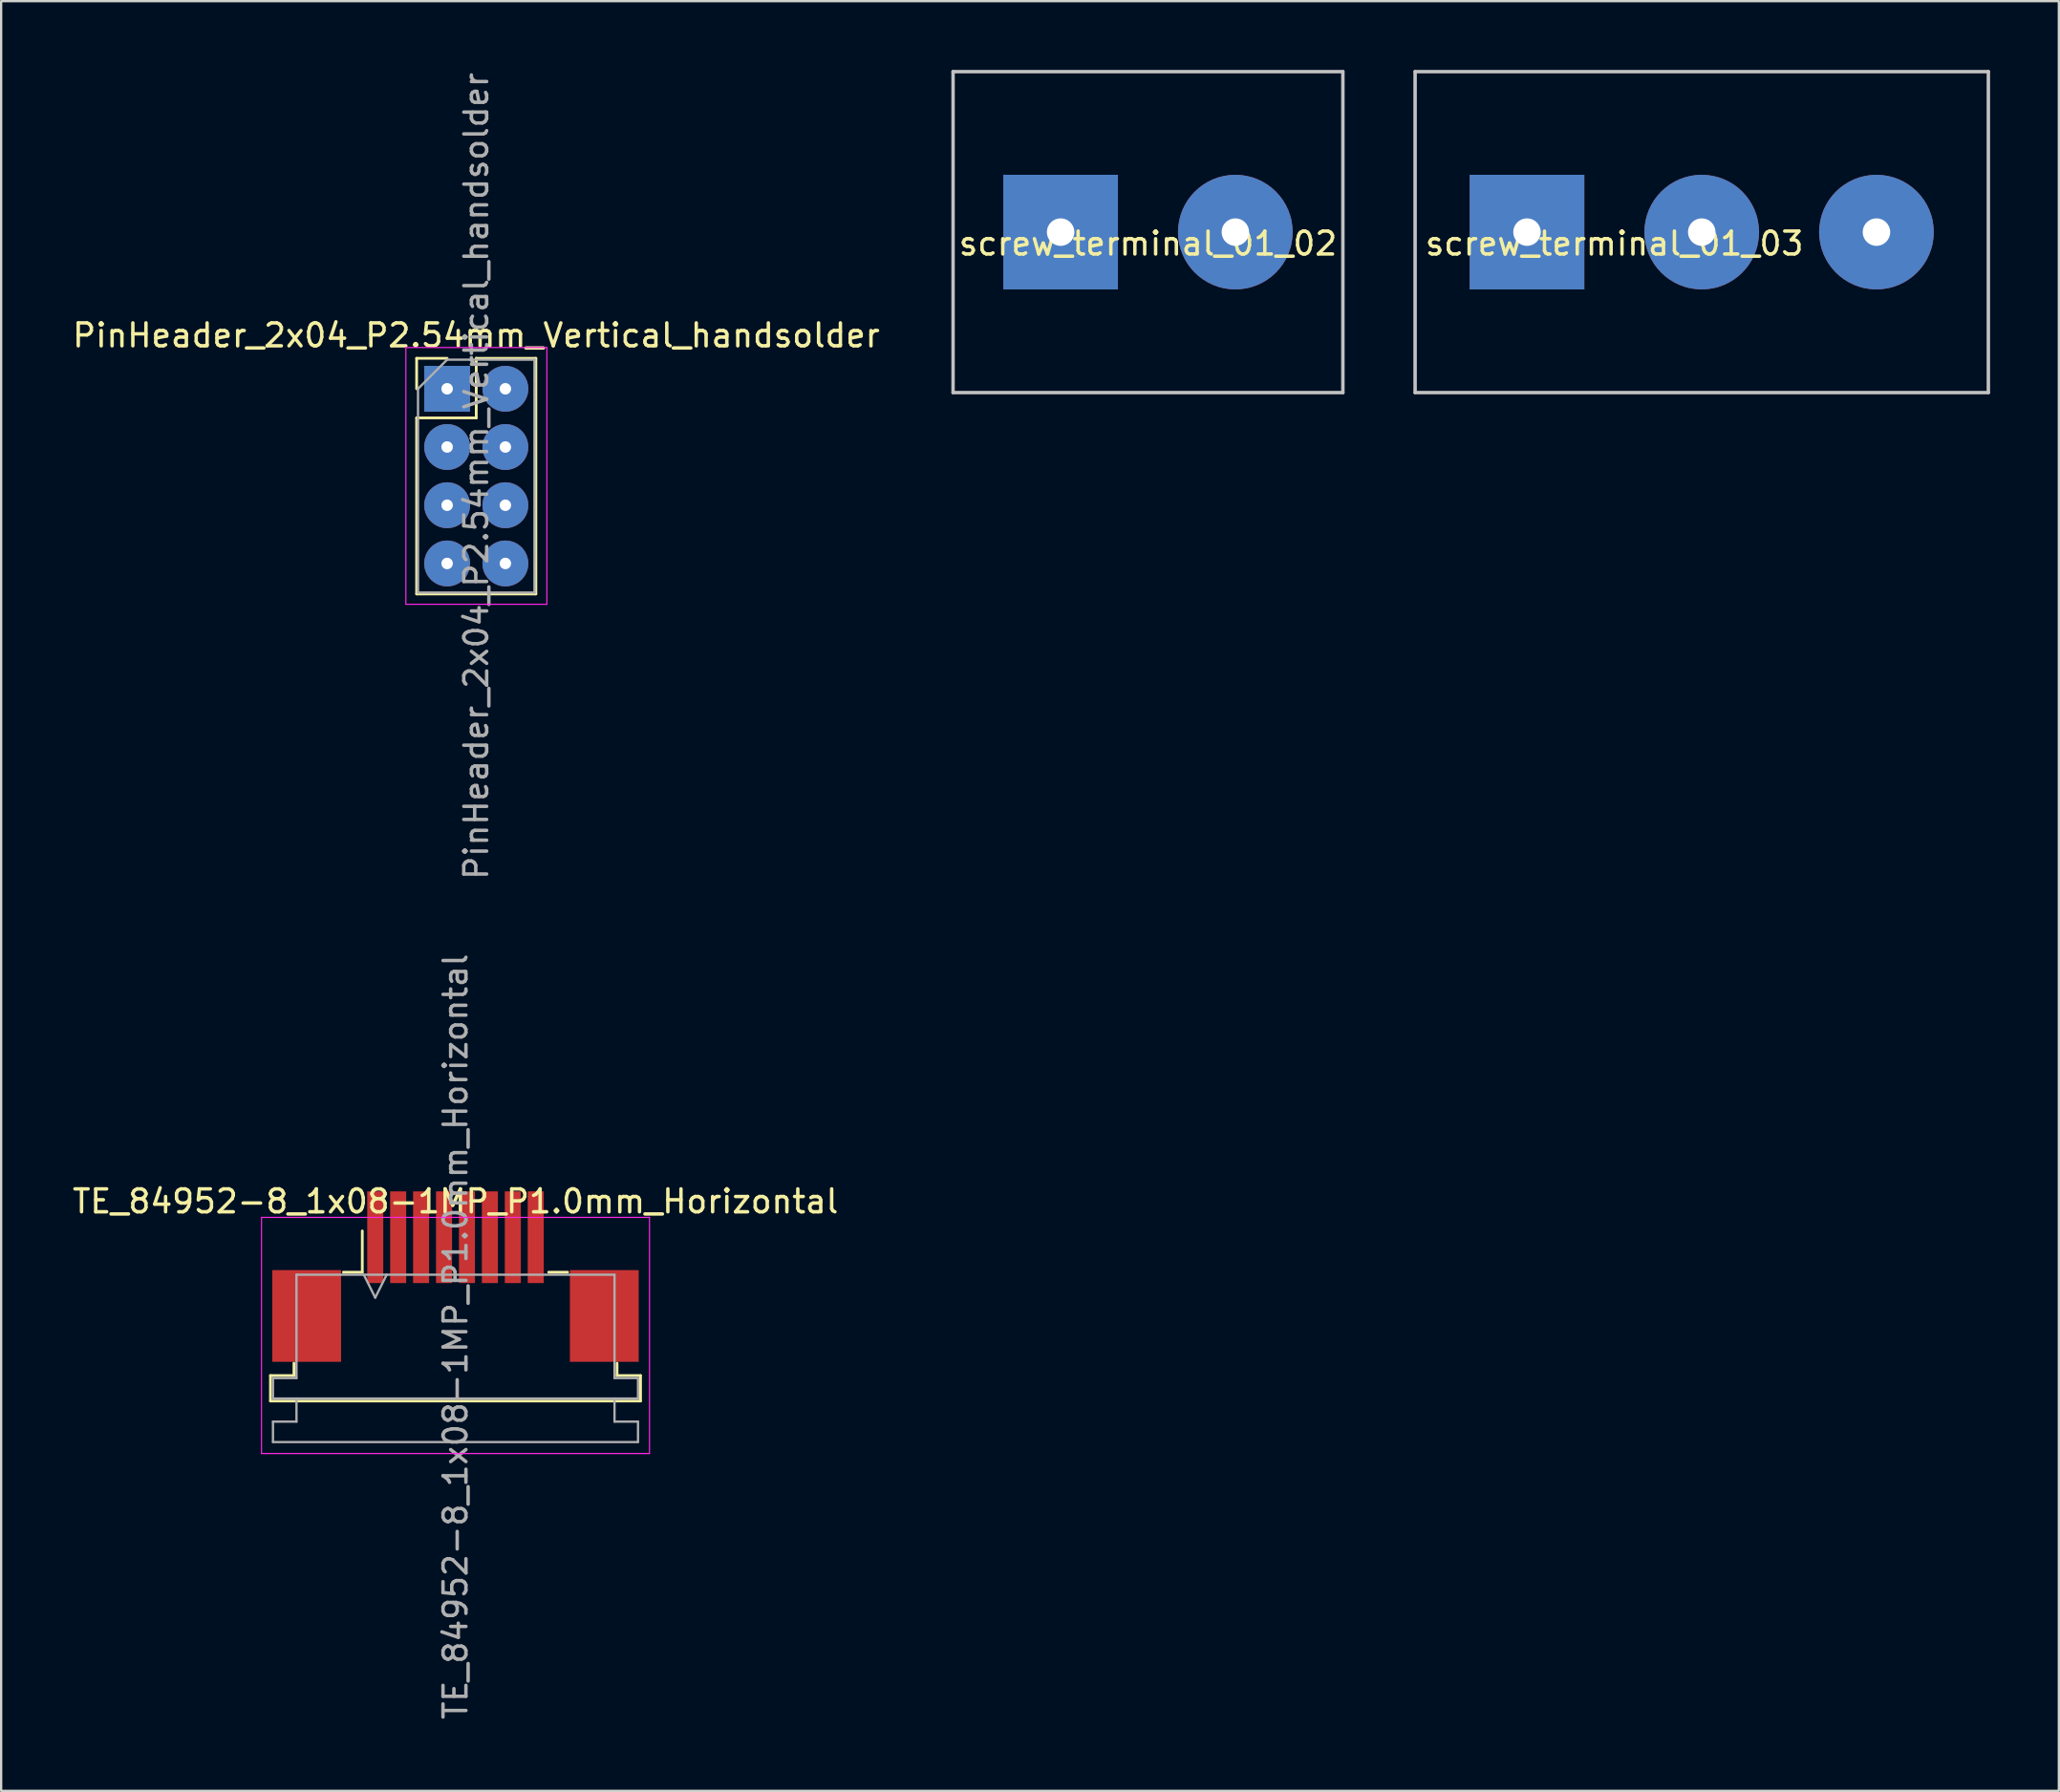
<source format=kicad_pcb>
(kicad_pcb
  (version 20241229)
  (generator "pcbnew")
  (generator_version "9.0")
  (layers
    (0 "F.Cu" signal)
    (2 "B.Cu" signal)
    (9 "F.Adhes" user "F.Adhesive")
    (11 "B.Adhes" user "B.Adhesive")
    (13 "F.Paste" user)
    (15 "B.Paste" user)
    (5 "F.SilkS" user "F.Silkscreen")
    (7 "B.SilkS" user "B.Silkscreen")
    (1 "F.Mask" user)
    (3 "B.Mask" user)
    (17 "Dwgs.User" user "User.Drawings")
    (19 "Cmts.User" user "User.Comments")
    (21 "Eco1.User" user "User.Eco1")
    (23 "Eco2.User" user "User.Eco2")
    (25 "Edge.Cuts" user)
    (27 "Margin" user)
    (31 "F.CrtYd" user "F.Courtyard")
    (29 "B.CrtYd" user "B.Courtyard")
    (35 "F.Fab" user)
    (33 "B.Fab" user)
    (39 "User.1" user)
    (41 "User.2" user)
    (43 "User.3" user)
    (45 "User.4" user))
  (footprint "TE_84952-8_1x08-1MP_P1.0mm_Horizontal"
    (layer "F.Cu")
    (at 16.815 53.356)
    (property "Reference" "TE_84952-8_1x08-1MP_P1.0mm_Horizontal" (at 0 -4 0) (layer "F.SilkS") (effects (font (size 1 1) (thickness 0.15))))
    (attr smd)
    (fp_line (start -8.07 3.6) (end -7.045 3.6) (stroke (width 0.12) (type solid)) (layer "F.SilkS"))
    (fp_line (start -8.07 4.71) (end -8.07 3.6) (stroke (width 0.12) (type solid)) (layer "F.SilkS"))
    (fp_line (start -7.045 3.6) (end -7.045 3.06) (stroke (width 0.12) (type solid)) (layer "F.SilkS"))
    (fp_line (start -4.89 -0.91) (end -4.065 -0.91) (stroke (width 0.12) (type solid)) (layer "F.SilkS"))
    (fp_line (start -4.065 -0.91) (end -4.065 -2.71) (stroke (width 0.12) (type solid)) (layer "F.SilkS"))
    (fp_line (start 4.065 -0.91) (end 4.89 -0.91) (stroke (width 0.12) (type solid)) (layer "F.SilkS"))
    (fp_line (start 7.045 3.06) (end 7.045 3.6) (stroke (width 0.12) (type solid)) (layer "F.SilkS"))
    (fp_line (start 7.045 3.6) (end 8.07 3.6) (stroke (width 0.12) (type solid)) (layer "F.SilkS"))
    (fp_line (start 8.07 3.6) (end 8.07 4.71) (stroke (width 0.12) (type solid)) (layer "F.SilkS"))
    (fp_line (start 8.07 4.71) (end -8.07 4.71) (stroke (width 0.12) (type solid)) (layer "F.SilkS"))
    (fp_line (start -8.46 -3.3) (end -8.46 7) (stroke (width 0.05) (type solid)) (layer "F.CrtYd"))
    (fp_line (start -8.46 7) (end 8.46 7) (stroke (width 0.05) (type solid)) (layer "F.CrtYd"))
    (fp_line (start 8.46 -3.3) (end -8.46 -3.3) (stroke (width 0.05) (type solid)) (layer "F.CrtYd"))
    (fp_line (start 8.46 7) (end 8.46 -3.3) (stroke (width 0.05) (type solid)) (layer "F.CrtYd"))
    (fp_line (start -7.96 3.71) (end -6.935 3.71) (stroke (width 0.1) (type solid)) (layer "F.Fab"))
    (fp_line (start -7.96 4.6) (end -7.96 3.71) (stroke (width 0.1) (type solid)) (layer "F.Fab"))
    (fp_line (start -7.96 5.61) (end -6.935 5.61) (stroke (width 0.1) (type solid)) (layer "F.Fab"))
    (fp_line (start -7.96 6.5) (end -7.96 5.61) (stroke (width 0.1) (type solid)) (layer "F.Fab"))
    (fp_line (start -6.935 -0.8) (end 6.935 -0.8) (stroke (width 0.1) (type solid)) (layer "F.Fab"))
    (fp_line (start -6.935 3.71) (end -6.935 -0.8) (stroke (width 0.1) (type solid)) (layer "F.Fab"))
    (fp_line (start -6.935 5.61) (end -6.935 4.6) (stroke (width 0.1) (type solid)) (layer "F.Fab"))
    (fp_line (start -4 -0.8) (end -3.5 0.2) (stroke (width 0.1) (type solid)) (layer "F.Fab"))
    (fp_line (start -3.5 0.2) (end -3 -0.8) (stroke (width 0.1) (type solid)) (layer "F.Fab"))
    (fp_line (start 6.935 -0.8) (end 6.935 3.71) (stroke (width 0.1) (type solid)) (layer "F.Fab"))
    (fp_line (start 6.935 3.71) (end 7.96 3.71) (stroke (width 0.1) (type solid)) (layer "F.Fab"))
    (fp_line (start 6.935 4.6) (end 6.935 5.61) (stroke (width 0.1) (type solid)) (layer "F.Fab"))
    (fp_line (start 6.935 5.61) (end 7.96 5.61) (stroke (width 0.1) (type solid)) (layer "F.Fab"))
    (fp_line (start 7.96 3.71) (end 7.96 4.6) (stroke (width 0.1) (type solid)) (layer "F.Fab"))
    (fp_line (start 7.96 4.6) (end -7.96 4.6) (stroke (width 0.1) (type solid)) (layer "F.Fab"))
    (fp_line (start 7.96 5.61) (end 7.96 6.5) (stroke (width 0.1) (type solid)) (layer "F.Fab"))
    (fp_line (start 7.96 6.5) (end -7.96 6.5) (stroke (width 0.1) (type solid)) (layer "F.Fab"))
    (fp_text user "${REFERENCE}" (at 0 1.9 270) (layer "F.Fab") (effects (font (size 1 1) (thickness 0.15))))
    (pad "1" smd rect (at -3.5 -2.435) (size 0.7 4) (layers "F.Cu" "F.Mask" "F.Paste"))
    (pad "2" smd rect (at -2.5 -2.435) (size 0.7 4) (layers "F.Cu" "F.Mask" "F.Paste"))
    (pad "3" smd rect (at -1.5 -2.435) (size 0.7 4) (layers "F.Cu" "F.Mask" "F.Paste"))
    (pad "4" smd rect (at -0.5 -2.435) (size 0.7 4) (layers "F.Cu" "F.Mask" "F.Paste"))
    (pad "5" smd rect (at 0.5 -2.435) (size 0.7 4) (layers "F.Cu" "F.Mask" "F.Paste"))
    (pad "6" smd rect (at 1.5 -2.435) (size 0.7 4) (layers "F.Cu" "F.Mask" "F.Paste"))
    (pad "7" smd rect (at 2.5 -2.435) (size 0.7 4) (layers "F.Cu" "F.Mask" "F.Paste"))
    (pad "8" smd rect (at 3.5 -2.435) (size 0.7 4) (layers "F.Cu" "F.Mask" "F.Paste"))
    (pad "MP" smd rect (at -6.49 1) (size 3 4) (layers "F.Cu" "F.Mask" "F.Paste"))
    (pad "MP" smd rect (at 6.49 1) (size 3 4) (layers "F.Cu" "F.Mask" "F.Paste")))
  (footprint "screw_terminal_01_02"
    (layer "F.Cu")
    (at 47.015 7.075)
    (property "Reference" "screw_terminal_01_02" (at 0 0.5 180) (layer "F.SilkS") (effects (font (size 1 1) (thickness 0.15))))
    (attr through_hole)
    (fp_line (start -8.5 -7) (end -8.5 7) (stroke (width 0.15) (type solid)) (layer "Dwgs.User"))
    (fp_line (start -8.5 7) (end 8.5 7) (stroke (width 0.15) (type solid)) (layer "Dwgs.User"))
    (fp_line (start 8.5 -7) (end -8.5 -7) (stroke (width 0.15) (type solid)) (layer "Dwgs.User"))
    (fp_line (start 8.5 7) (end 8.5 -7) (stroke (width 0.15) (type solid)) (layer "Dwgs.User"))
    (pad "1" thru_hole trapezoid (at -3.81 0) (size 5 5) (drill 1.2) (layers "*.Cu" "*.Mask"))
    (pad "2" thru_hole circle (at 3.81 0) (size 5 5) (drill 1.2) (layers "*.Cu" "*.Mask")))
  (footprint "screw_terminal_01_03"
    (layer "F.Cu")
    (at 71.165 7.075)
    (property "Reference" "screw_terminal_01_03" (at -3.81 0.5 0) (layer "F.SilkS") (effects (font (size 1 1) (thickness 0.15))))
    (attr through_hole)
    (fp_line (start -12.5 -7) (end -12.5 7) (stroke (width 0.15) (type solid)) (layer "Dwgs.User"))
    (fp_line (start -12.5 7) (end 12.5 7) (stroke (width 0.15) (type solid)) (layer "Dwgs.User"))
    (fp_line (start 12.5 -7) (end -12.5 -7) (stroke (width 0.15) (type solid)) (layer "Dwgs.User"))
    (fp_line (start 12.5 -7) (end 12.5 7) (stroke (width 0.15) (type solid)) (layer "Dwgs.User"))
    (pad "1" thru_hole trapezoid (at -7.62 0) (size 5 5) (drill 1.2) (layers "*.Cu" "*.Mask"))
    (pad "2" thru_hole circle (at 0 0) (size 5 5) (drill 1.2) (layers "*.Cu" "*.Mask"))
    (pad "3" thru_hole circle (at 7.62 0) (size 5 5) (drill 1.2) (layers "*.Cu" "*.Mask")))
  (footprint "PinHeader_2x04_P2.54mm_Vertical_handsolder"
    (layer "F.Cu")
    (at 16.45 13.91)
    (property "Reference" "PinHeader_2x04_P2.54mm_Vertical_handsolder" (at 1.27 -2.33 0) (layer "F.SilkS") (effects (font (size 1 1) (thickness 0.15))))
    (attr through_hole)
    (fp_line (start -1.33 -1.33) (end 0 -1.33) (stroke (width 0.12) (type solid)) (layer "F.SilkS"))
    (fp_line (start -1.33 0) (end -1.33 -1.33) (stroke (width 0.12) (type solid)) (layer "F.SilkS"))
    (fp_line (start -1.33 1.27) (end -1.33 8.95) (stroke (width 0.12) (type solid)) (layer "F.SilkS"))
    (fp_line (start -1.33 1.27) (end 1.27 1.27) (stroke (width 0.12) (type solid)) (layer "F.SilkS"))
    (fp_line (start -1.33 8.95) (end 3.87 8.95) (stroke (width 0.12) (type solid)) (layer "F.SilkS"))
    (fp_line (start 1.27 -1.33) (end 3.87 -1.33) (stroke (width 0.12) (type solid)) (layer "F.SilkS"))
    (fp_line (start 1.27 1.27) (end 1.27 -1.33) (stroke (width 0.12) (type solid)) (layer "F.SilkS"))
    (fp_line (start 3.87 -1.33) (end 3.87 8.95) (stroke (width 0.12) (type solid)) (layer "F.SilkS"))
    (fp_line (start -1.8 -1.8) (end -1.8 9.4) (stroke (width 0.05) (type solid)) (layer "F.CrtYd"))
    (fp_line (start -1.8 9.4) (end 4.35 9.4) (stroke (width 0.05) (type solid)) (layer "F.CrtYd"))
    (fp_line (start 4.35 -1.8) (end -1.8 -1.8) (stroke (width 0.05) (type solid)) (layer "F.CrtYd"))
    (fp_line (start 4.35 9.4) (end 4.35 -1.8) (stroke (width 0.05) (type solid)) (layer "F.CrtYd"))
    (fp_line (start -1.27 0) (end 0 -1.27) (stroke (width 0.1) (type solid)) (layer "F.Fab"))
    (fp_line (start -1.27 8.89) (end -1.27 0) (stroke (width 0.1) (type solid)) (layer "F.Fab"))
    (fp_line (start 0 -1.27) (end 3.81 -1.27) (stroke (width 0.1) (type solid)) (layer "F.Fab"))
    (fp_line (start 3.81 -1.27) (end 3.81 8.89) (stroke (width 0.1) (type solid)) (layer "F.Fab"))
    (fp_line (start 3.81 8.89) (end -1.27 8.89) (stroke (width 0.1) (type solid)) (layer "F.Fab"))
    (fp_text user "${REFERENCE}" (at 1.27 3.81 90) (layer "F.Fab") (effects (font (size 1 1) (thickness 0.15))))
    (pad "1" thru_hole rect (at 0 0) (size 2 2) (drill 0.5) (layers "*.Cu" "*.Mask"))
    (pad "2" thru_hole oval (at 2.54 0) (size 2 2) (drill 0.5) (layers "*.Cu" "*.Mask"))
    (pad "3" thru_hole oval (at 0 2.54) (size 2 2) (drill 0.5) (layers "*.Cu" "*.Mask"))
    (pad "4" thru_hole oval (at 2.54 2.54) (size 2 2) (drill 0.5) (layers "*.Cu" "*.Mask"))
    (pad "5" thru_hole oval (at 0 5.08) (size 2 2) (drill 0.5) (layers "*.Cu" "*.Mask"))
    (pad "6" thru_hole oval (at 2.54 5.08) (size 2 2) (drill 0.5) (layers "*.Cu" "*.Mask"))
    (pad "7" thru_hole oval (at 0 7.62) (size 2 2) (drill 0.5) (layers "*.Cu" "*.Mask"))
    (pad "8" thru_hole oval (at 2.54 7.62) (size 2 2) (drill 0.5) (layers "*.Cu" "*.Mask")))
  (gr_rect
    (start -3 -3)
    (end 86.74 75.071)
    (stroke (width 0.1) (type default))
    (fill no)
    (layer "Edge.Cuts")))
</source>
